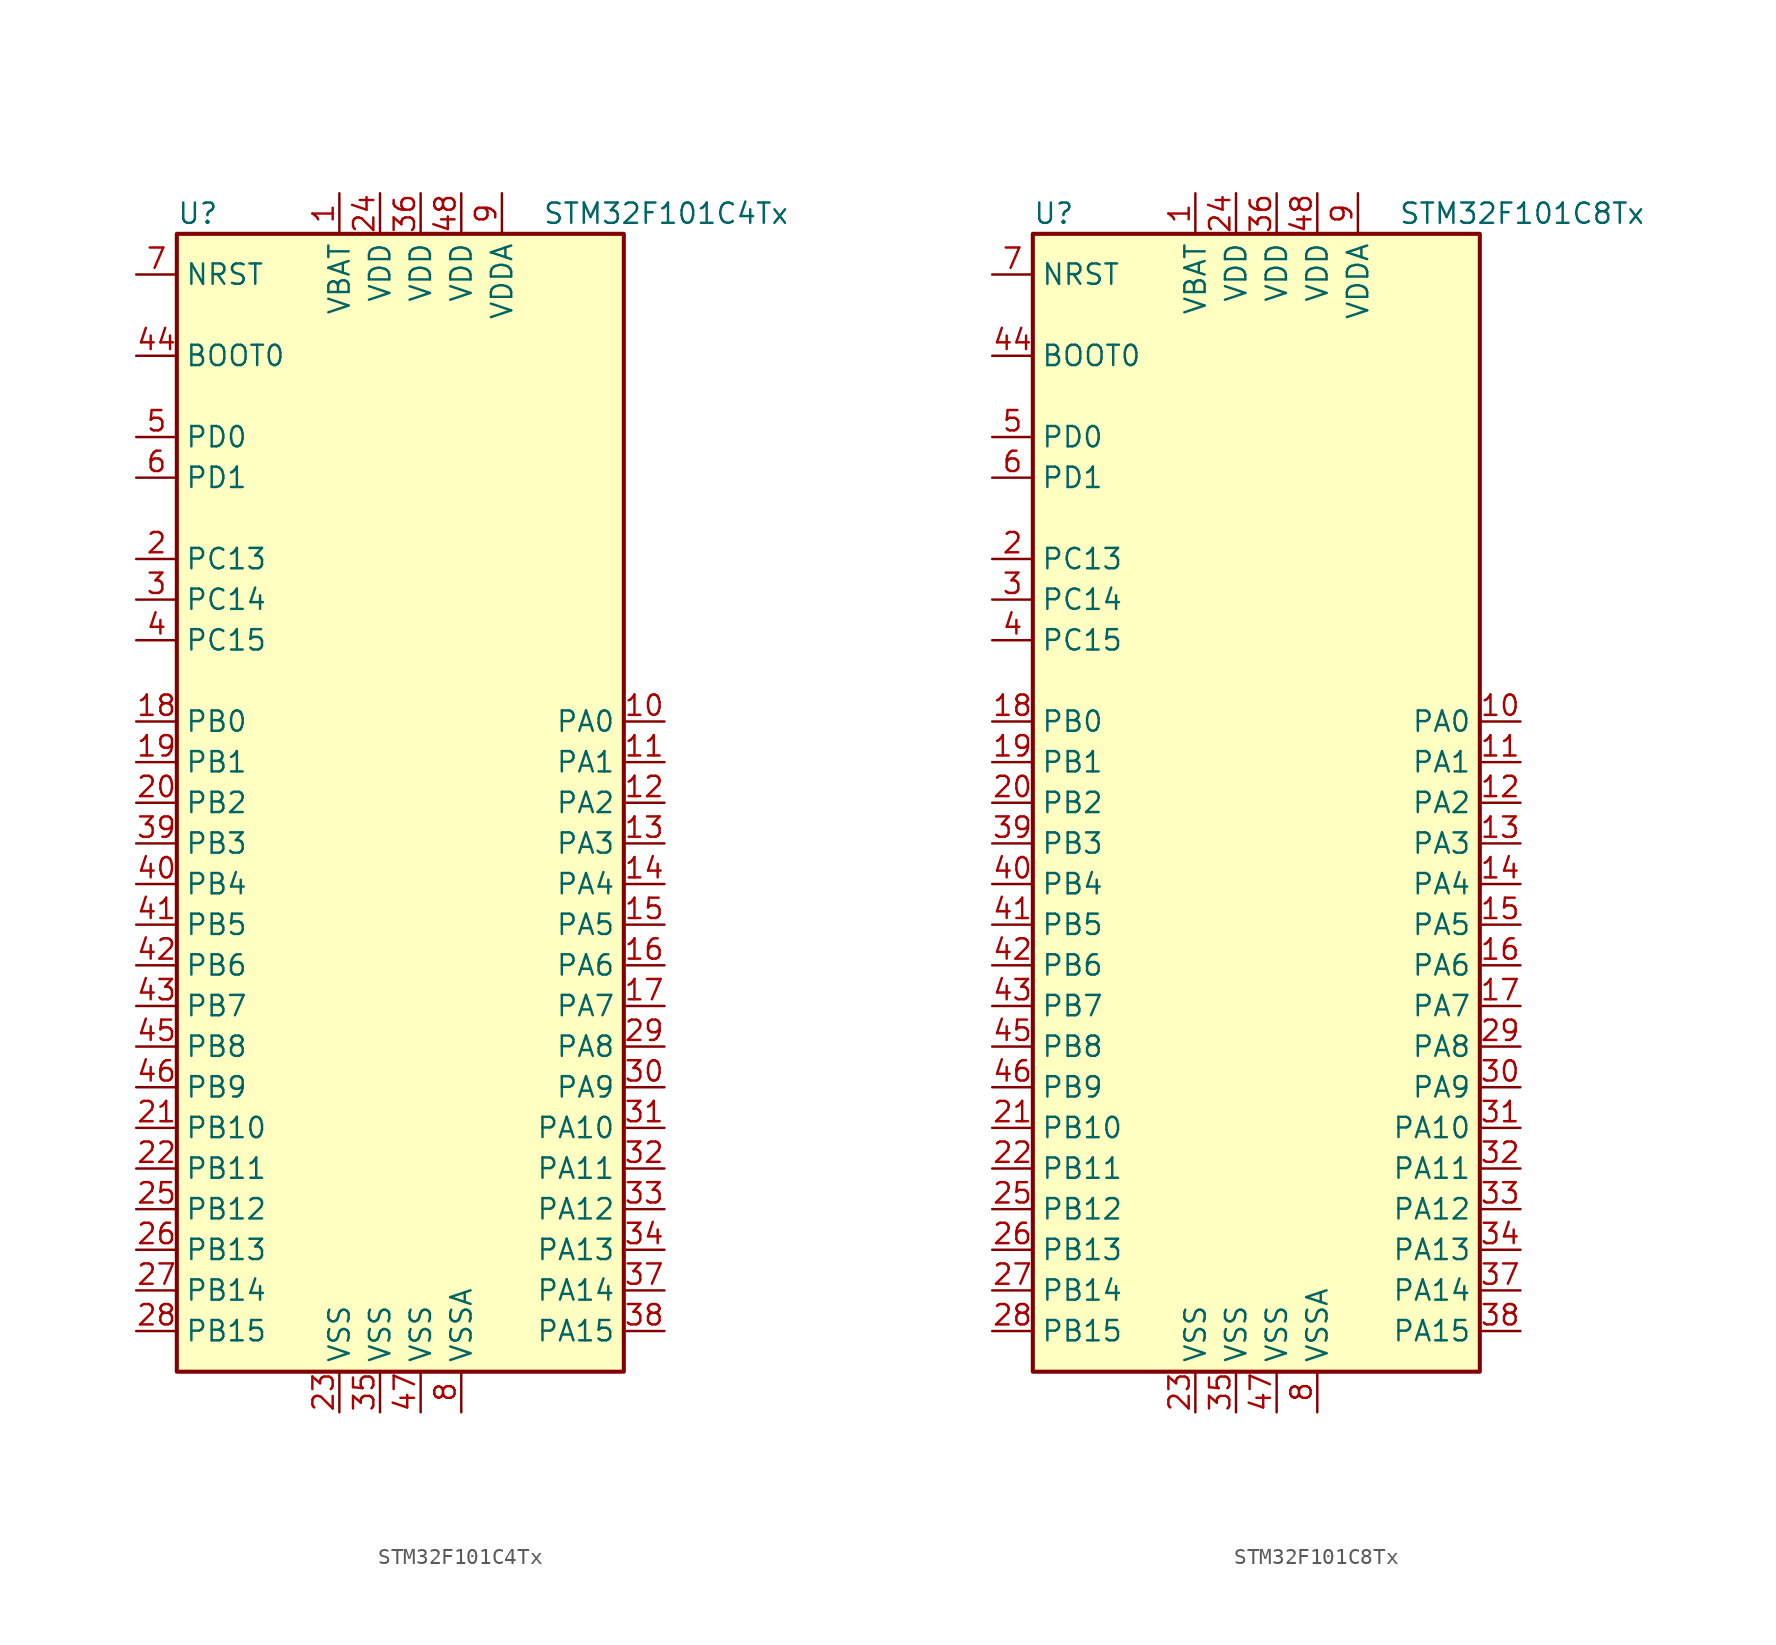
<source format=kicad_sym>
(kicad_symbol_lib
  (version 20201005)
  (generator kicad_symbol_editor)
  (symbol "STM32F101C4Tx"
    (property "Reference" "U"
      (at -15.24 36.83 0)
      (effects (font (size 1.27 1.27)) (justify left)))
    (property "Value" "STM32F101C4Tx"
      (at 7.62 36.83 0)
      (effects (font (size 1.27 1.27)) (justify left)))
    (symbol "STM32F101C4Tx_0_1"
      (rectangle (start -15.24 -35.56) (end 12.7 35.56) (stroke (width 0.254)) (fill (type background))))
    (symbol "STM32F101C4Tx_1_1"
      (pin input line (at -17.78 27.94 0) (length 2.54) (name "BOOT0" (effects (font (size 1.27 1.27)))) (number "44" (effects (font (size 1.27 1.27)))))
      (pin input line (at -17.78 33.02 0) (length 2.54) (name "NRST" (effects (font (size 1.27 1.27)))) (number "7" (effects (font (size 1.27 1.27)))))
      (pin bidirectional line (at 15.24 5.08 180) (length 2.54) (name "PA0" (effects (font (size 1.27 1.27)))) (number "10" (effects (font (size 1.27 1.27)))))
      (pin bidirectional line (at 15.24 2.54 180) (length 2.54) (name "PA1" (effects (font (size 1.27 1.27)))) (number "11" (effects (font (size 1.27 1.27)))))
      (pin bidirectional line (at 15.24 -20.32 180) (length 2.54) (name "PA10" (effects (font (size 1.27 1.27)))) (number "31" (effects (font (size 1.27 1.27)))))
      (pin bidirectional line (at 15.24 -22.86 180) (length 2.54) (name "PA11" (effects (font (size 1.27 1.27)))) (number "32" (effects (font (size 1.27 1.27)))))
      (pin bidirectional line (at 15.24 -25.4 180) (length 2.54) (name "PA12" (effects (font (size 1.27 1.27)))) (number "33" (effects (font (size 1.27 1.27)))))
      (pin bidirectional line (at 15.24 -27.94 180) (length 2.54) (name "PA13" (effects (font (size 1.27 1.27)))) (number "34" (effects (font (size 1.27 1.27)))))
      (pin bidirectional line (at 15.24 -30.48 180) (length 2.54) (name "PA14" (effects (font (size 1.27 1.27)))) (number "37" (effects (font (size 1.27 1.27)))))
      (pin bidirectional line (at 15.24 -33.02 180) (length 2.54) (name "PA15" (effects (font (size 1.27 1.27)))) (number "38" (effects (font (size 1.27 1.27)))))
      (pin bidirectional line (at 15.24 0 180) (length 2.54) (name "PA2" (effects (font (size 1.27 1.27)))) (number "12" (effects (font (size 1.27 1.27)))))
      (pin bidirectional line (at 15.24 -2.54 180) (length 2.54) (name "PA3" (effects (font (size 1.27 1.27)))) (number "13" (effects (font (size 1.27 1.27)))))
      (pin bidirectional line (at 15.24 -5.08 180) (length 2.54) (name "PA4" (effects (font (size 1.27 1.27)))) (number "14" (effects (font (size 1.27 1.27)))))
      (pin bidirectional line (at 15.24 -7.62 180) (length 2.54) (name "PA5" (effects (font (size 1.27 1.27)))) (number "15" (effects (font (size 1.27 1.27)))))
      (pin bidirectional line (at 15.24 -10.16 180) (length 2.54) (name "PA6" (effects (font (size 1.27 1.27)))) (number "16" (effects (font (size 1.27 1.27)))))
      (pin bidirectional line (at 15.24 -12.7 180) (length 2.54) (name "PA7" (effects (font (size 1.27 1.27)))) (number "17" (effects (font (size 1.27 1.27)))))
      (pin bidirectional line (at 15.24 -15.24 180) (length 2.54) (name "PA8" (effects (font (size 1.27 1.27)))) (number "29" (effects (font (size 1.27 1.27)))))
      (pin bidirectional line (at 15.24 -17.78 180) (length 2.54) (name "PA9" (effects (font (size 1.27 1.27)))) (number "30" (effects (font (size 1.27 1.27)))))
      (pin bidirectional line (at -17.78 5.08 0) (length 2.54) (name "PB0" (effects (font (size 1.27 1.27)))) (number "18" (effects (font (size 1.27 1.27)))))
      (pin bidirectional line (at -17.78 2.54 0) (length 2.54) (name "PB1" (effects (font (size 1.27 1.27)))) (number "19" (effects (font (size 1.27 1.27)))))
      (pin bidirectional line (at -17.78 -20.32 0) (length 2.54) (name "PB10" (effects (font (size 1.27 1.27)))) (number "21" (effects (font (size 1.27 1.27)))))
      (pin bidirectional line (at -17.78 -22.86 0) (length 2.54) (name "PB11" (effects (font (size 1.27 1.27)))) (number "22" (effects (font (size 1.27 1.27)))))
      (pin bidirectional line (at -17.78 -25.4 0) (length 2.54) (name "PB12" (effects (font (size 1.27 1.27)))) (number "25" (effects (font (size 1.27 1.27)))))
      (pin bidirectional line (at -17.78 -27.94 0) (length 2.54) (name "PB13" (effects (font (size 1.27 1.27)))) (number "26" (effects (font (size 1.27 1.27)))))
      (pin bidirectional line (at -17.78 -30.48 0) (length 2.54) (name "PB14" (effects (font (size 1.27 1.27)))) (number "27" (effects (font (size 1.27 1.27)))))
      (pin bidirectional line (at -17.78 -33.02 0) (length 2.54) (name "PB15" (effects (font (size 1.27 1.27)))) (number "28" (effects (font (size 1.27 1.27)))))
      (pin bidirectional line (at -17.78 0 0) (length 2.54) (name "PB2" (effects (font (size 1.27 1.27)))) (number "20" (effects (font (size 1.27 1.27)))))
      (pin bidirectional line (at -17.78 -2.54 0) (length 2.54) (name "PB3" (effects (font (size 1.27 1.27)))) (number "39" (effects (font (size 1.27 1.27)))))
      (pin bidirectional line (at -17.78 -5.08 0) (length 2.54) (name "PB4" (effects (font (size 1.27 1.27)))) (number "40" (effects (font (size 1.27 1.27)))))
      (pin bidirectional line (at -17.78 -7.62 0) (length 2.54) (name "PB5" (effects (font (size 1.27 1.27)))) (number "41" (effects (font (size 1.27 1.27)))))
      (pin bidirectional line (at -17.78 -10.16 0) (length 2.54) (name "PB6" (effects (font (size 1.27 1.27)))) (number "42" (effects (font (size 1.27 1.27)))))
      (pin bidirectional line (at -17.78 -12.7 0) (length 2.54) (name "PB7" (effects (font (size 1.27 1.27)))) (number "43" (effects (font (size 1.27 1.27)))))
      (pin bidirectional line (at -17.78 -15.24 0) (length 2.54) (name "PB8" (effects (font (size 1.27 1.27)))) (number "45" (effects (font (size 1.27 1.27)))))
      (pin bidirectional line (at -17.78 -17.78 0) (length 2.54) (name "PB9" (effects (font (size 1.27 1.27)))) (number "46" (effects (font (size 1.27 1.27)))))
      (pin bidirectional line (at -17.78 15.24 0) (length 2.54) (name "PC13" (effects (font (size 1.27 1.27)))) (number "2" (effects (font (size 1.27 1.27)))))
      (pin bidirectional line (at -17.78 12.7 0) (length 2.54) (name "PC14" (effects (font (size 1.27 1.27)))) (number "3" (effects (font (size 1.27 1.27)))))
      (pin bidirectional line (at -17.78 10.16 0) (length 2.54) (name "PC15" (effects (font (size 1.27 1.27)))) (number "4" (effects (font (size 1.27 1.27)))))
      (pin input line (at -17.78 22.86 0) (length 2.54) (name "PD0" (effects (font (size 1.27 1.27)))) (number "5" (effects (font (size 1.27 1.27)))))
      (pin input line (at -17.78 20.32 0) (length 2.54) (name "PD1" (effects (font (size 1.27 1.27)))) (number "6" (effects (font (size 1.27 1.27)))))
      (pin power_in line (at -5.08 38.1 270) (length 2.54) (name "VBAT" (effects (font (size 1.27 1.27)))) (number "1" (effects (font (size 1.27 1.27)))))
      (pin power_in line (at -2.54 38.1 270) (length 2.54) (name "VDD" (effects (font (size 1.27 1.27)))) (number "24" (effects (font (size 1.27 1.27)))))
      (pin power_in line (at 0 38.1 270) (length 2.54) (name "VDD" (effects (font (size 1.27 1.27)))) (number "36" (effects (font (size 1.27 1.27)))))
      (pin power_in line (at 2.54 38.1 270) (length 2.54) (name "VDD" (effects (font (size 1.27 1.27)))) (number "48" (effects (font (size 1.27 1.27)))))
      (pin power_in line (at 5.08 38.1 270) (length 2.54) (name "VDDA" (effects (font (size 1.27 1.27)))) (number "9" (effects (font (size 1.27 1.27)))))
      (pin power_in line (at -5.08 -38.1 90) (length 2.54) (name "VSS" (effects (font (size 1.27 1.27)))) (number "23" (effects (font (size 1.27 1.27)))))
      (pin power_in line (at -2.54 -38.1 90) (length 2.54) (name "VSS" (effects (font (size 1.27 1.27)))) (number "35" (effects (font (size 1.27 1.27)))))
      (pin power_in line (at 0 -38.1 90) (length 2.54) (name "VSS" (effects (font (size 1.27 1.27)))) (number "47" (effects (font (size 1.27 1.27)))))
      (pin power_in line (at 2.54 -38.1 90) (length 2.54) (name "VSSA" (effects (font (size 1.27 1.27)))) (number "8" (effects (font (size 1.27 1.27)))))))
  (symbol "STM32F101C8Tx"
    (property "Reference" "U"
      (at -15.24 36.83 0)
      (effects (font (size 1.27 1.27)) (justify left)))
    (property "Value" "STM32F101C8Tx"
      (at 7.62 36.83 0)
      (effects (font (size 1.27 1.27)) (justify left)))
    (symbol "STM32F101C8Tx_0_1"
      (rectangle (start -15.24 -35.56) (end 12.7 35.56) (stroke (width 0.254)) (fill (type background))))
    (symbol "STM32F101C8Tx_1_1"
      (pin input line (at -17.78 27.94 0) (length 2.54) (name "BOOT0" (effects (font (size 1.27 1.27)))) (number "44" (effects (font (size 1.27 1.27)))))
      (pin input line (at -17.78 33.02 0) (length 2.54) (name "NRST" (effects (font (size 1.27 1.27)))) (number "7" (effects (font (size 1.27 1.27)))))
      (pin bidirectional line (at 15.24 5.08 180) (length 2.54) (name "PA0" (effects (font (size 1.27 1.27)))) (number "10" (effects (font (size 1.27 1.27)))))
      (pin bidirectional line (at 15.24 2.54 180) (length 2.54) (name "PA1" (effects (font (size 1.27 1.27)))) (number "11" (effects (font (size 1.27 1.27)))))
      (pin bidirectional line (at 15.24 -20.32 180) (length 2.54) (name "PA10" (effects (font (size 1.27 1.27)))) (number "31" (effects (font (size 1.27 1.27)))))
      (pin bidirectional line (at 15.24 -22.86 180) (length 2.54) (name "PA11" (effects (font (size 1.27 1.27)))) (number "32" (effects (font (size 1.27 1.27)))))
      (pin bidirectional line (at 15.24 -25.4 180) (length 2.54) (name "PA12" (effects (font (size 1.27 1.27)))) (number "33" (effects (font (size 1.27 1.27)))))
      (pin bidirectional line (at 15.24 -27.94 180) (length 2.54) (name "PA13" (effects (font (size 1.27 1.27)))) (number "34" (effects (font (size 1.27 1.27)))))
      (pin bidirectional line (at 15.24 -30.48 180) (length 2.54) (name "PA14" (effects (font (size 1.27 1.27)))) (number "37" (effects (font (size 1.27 1.27)))))
      (pin bidirectional line (at 15.24 -33.02 180) (length 2.54) (name "PA15" (effects (font (size 1.27 1.27)))) (number "38" (effects (font (size 1.27 1.27)))))
      (pin bidirectional line (at 15.24 0 180) (length 2.54) (name "PA2" (effects (font (size 1.27 1.27)))) (number "12" (effects (font (size 1.27 1.27)))))
      (pin bidirectional line (at 15.24 -2.54 180) (length 2.54) (name "PA3" (effects (font (size 1.27 1.27)))) (number "13" (effects (font (size 1.27 1.27)))))
      (pin bidirectional line (at 15.24 -5.08 180) (length 2.54) (name "PA4" (effects (font (size 1.27 1.27)))) (number "14" (effects (font (size 1.27 1.27)))))
      (pin bidirectional line (at 15.24 -7.62 180) (length 2.54) (name "PA5" (effects (font (size 1.27 1.27)))) (number "15" (effects (font (size 1.27 1.27)))))
      (pin bidirectional line (at 15.24 -10.16 180) (length 2.54) (name "PA6" (effects (font (size 1.27 1.27)))) (number "16" (effects (font (size 1.27 1.27)))))
      (pin bidirectional line (at 15.24 -12.7 180) (length 2.54) (name "PA7" (effects (font (size 1.27 1.27)))) (number "17" (effects (font (size 1.27 1.27)))))
      (pin bidirectional line (at 15.24 -15.24 180) (length 2.54) (name "PA8" (effects (font (size 1.27 1.27)))) (number "29" (effects (font (size 1.27 1.27)))))
      (pin bidirectional line (at 15.24 -17.78 180) (length 2.54) (name "PA9" (effects (font (size 1.27 1.27)))) (number "30" (effects (font (size 1.27 1.27)))))
      (pin bidirectional line (at -17.78 5.08 0) (length 2.54) (name "PB0" (effects (font (size 1.27 1.27)))) (number "18" (effects (font (size 1.27 1.27)))))
      (pin bidirectional line (at -17.78 2.54 0) (length 2.54) (name "PB1" (effects (font (size 1.27 1.27)))) (number "19" (effects (font (size 1.27 1.27)))))
      (pin bidirectional line (at -17.78 -20.32 0) (length 2.54) (name "PB10" (effects (font (size 1.27 1.27)))) (number "21" (effects (font (size 1.27 1.27)))))
      (pin bidirectional line (at -17.78 -22.86 0) (length 2.54) (name "PB11" (effects (font (size 1.27 1.27)))) (number "22" (effects (font (size 1.27 1.27)))))
      (pin bidirectional line (at -17.78 -25.4 0) (length 2.54) (name "PB12" (effects (font (size 1.27 1.27)))) (number "25" (effects (font (size 1.27 1.27)))))
      (pin bidirectional line (at -17.78 -27.94 0) (length 2.54) (name "PB13" (effects (font (size 1.27 1.27)))) (number "26" (effects (font (size 1.27 1.27)))))
      (pin bidirectional line (at -17.78 -30.48 0) (length 2.54) (name "PB14" (effects (font (size 1.27 1.27)))) (number "27" (effects (font (size 1.27 1.27)))))
      (pin bidirectional line (at -17.78 -33.02 0) (length 2.54) (name "PB15" (effects (font (size 1.27 1.27)))) (number "28" (effects (font (size 1.27 1.27)))))
      (pin bidirectional line (at -17.78 0 0) (length 2.54) (name "PB2" (effects (font (size 1.27 1.27)))) (number "20" (effects (font (size 1.27 1.27)))))
      (pin bidirectional line (at -17.78 -2.54 0) (length 2.54) (name "PB3" (effects (font (size 1.27 1.27)))) (number "39" (effects (font (size 1.27 1.27)))))
      (pin bidirectional line (at -17.78 -5.08 0) (length 2.54) (name "PB4" (effects (font (size 1.27 1.27)))) (number "40" (effects (font (size 1.27 1.27)))))
      (pin bidirectional line (at -17.78 -7.62 0) (length 2.54) (name "PB5" (effects (font (size 1.27 1.27)))) (number "41" (effects (font (size 1.27 1.27)))))
      (pin bidirectional line (at -17.78 -10.16 0) (length 2.54) (name "PB6" (effects (font (size 1.27 1.27)))) (number "42" (effects (font (size 1.27 1.27)))))
      (pin bidirectional line (at -17.78 -12.7 0) (length 2.54) (name "PB7" (effects (font (size 1.27 1.27)))) (number "43" (effects (font (size 1.27 1.27)))))
      (pin bidirectional line (at -17.78 -15.24 0) (length 2.54) (name "PB8" (effects (font (size 1.27 1.27)))) (number "45" (effects (font (size 1.27 1.27)))))
      (pin bidirectional line (at -17.78 -17.78 0) (length 2.54) (name "PB9" (effects (font (size 1.27 1.27)))) (number "46" (effects (font (size 1.27 1.27)))))
      (pin bidirectional line (at -17.78 15.24 0) (length 2.54) (name "PC13" (effects (font (size 1.27 1.27)))) (number "2" (effects (font (size 1.27 1.27)))))
      (pin bidirectional line (at -17.78 12.7 0) (length 2.54) (name "PC14" (effects (font (size 1.27 1.27)))) (number "3" (effects (font (size 1.27 1.27)))))
      (pin bidirectional line (at -17.78 10.16 0) (length 2.54) (name "PC15" (effects (font (size 1.27 1.27)))) (number "4" (effects (font (size 1.27 1.27)))))
      (pin input line (at -17.78 22.86 0) (length 2.54) (name "PD0" (effects (font (size 1.27 1.27)))) (number "5" (effects (font (size 1.27 1.27)))))
      (pin input line (at -17.78 20.32 0) (length 2.54) (name "PD1" (effects (font (size 1.27 1.27)))) (number "6" (effects (font (size 1.27 1.27)))))
      (pin power_in line (at -5.08 38.1 270) (length 2.54) (name "VBAT" (effects (font (size 1.27 1.27)))) (number "1" (effects (font (size 1.27 1.27)))))
      (pin power_in line (at -2.54 38.1 270) (length 2.54) (name "VDD" (effects (font (size 1.27 1.27)))) (number "24" (effects (font (size 1.27 1.27)))))
      (pin power_in line (at 0 38.1 270) (length 2.54) (name "VDD" (effects (font (size 1.27 1.27)))) (number "36" (effects (font (size 1.27 1.27)))))
      (pin power_in line (at 2.54 38.1 270) (length 2.54) (name "VDD" (effects (font (size 1.27 1.27)))) (number "48" (effects (font (size 1.27 1.27)))))
      (pin power_in line (at 5.08 38.1 270) (length 2.54) (name "VDDA" (effects (font (size 1.27 1.27)))) (number "9" (effects (font (size 1.27 1.27)))))
      (pin power_in line (at -5.08 -38.1 90) (length 2.54) (name "VSS" (effects (font (size 1.27 1.27)))) (number "23" (effects (font (size 1.27 1.27)))))
      (pin power_in line (at -2.54 -38.1 90) (length 2.54) (name "VSS" (effects (font (size 1.27 1.27)))) (number "35" (effects (font (size 1.27 1.27)))))
      (pin power_in line (at 0 -38.1 90) (length 2.54) (name "VSS" (effects (font (size 1.27 1.27)))) (number "47" (effects (font (size 1.27 1.27)))))
      (pin power_in line (at 2.54 -38.1 90) (length 2.54) (name "VSSA" (effects (font (size 1.27 1.27)))) (number "8" (effects (font (size 1.27 1.27))))))))
</source>
